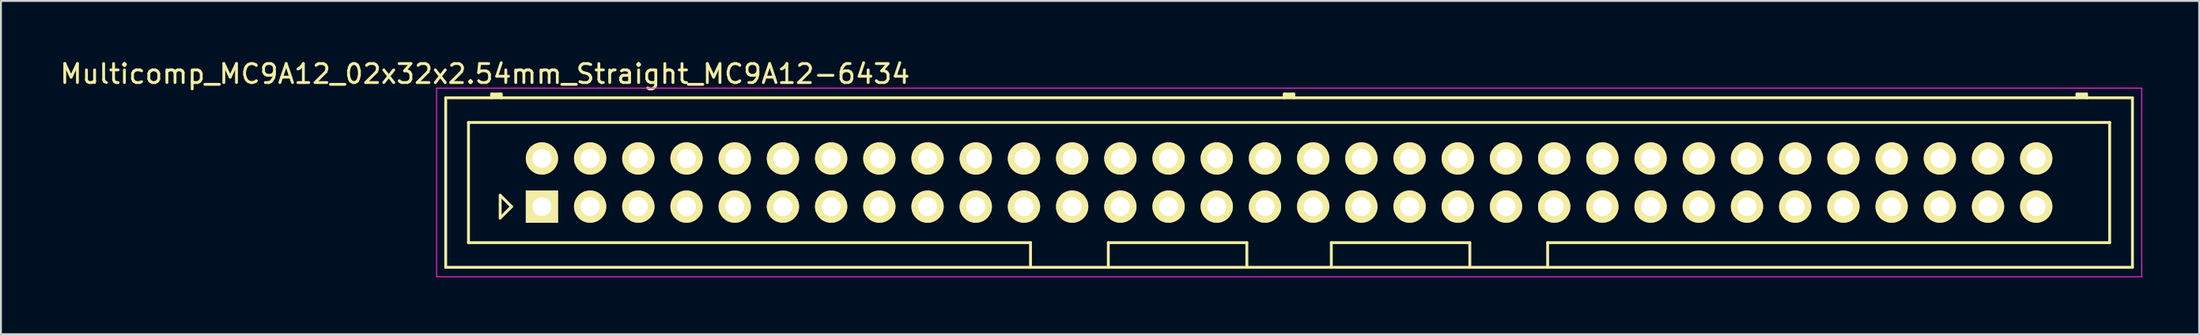
<source format=kicad_pcb>
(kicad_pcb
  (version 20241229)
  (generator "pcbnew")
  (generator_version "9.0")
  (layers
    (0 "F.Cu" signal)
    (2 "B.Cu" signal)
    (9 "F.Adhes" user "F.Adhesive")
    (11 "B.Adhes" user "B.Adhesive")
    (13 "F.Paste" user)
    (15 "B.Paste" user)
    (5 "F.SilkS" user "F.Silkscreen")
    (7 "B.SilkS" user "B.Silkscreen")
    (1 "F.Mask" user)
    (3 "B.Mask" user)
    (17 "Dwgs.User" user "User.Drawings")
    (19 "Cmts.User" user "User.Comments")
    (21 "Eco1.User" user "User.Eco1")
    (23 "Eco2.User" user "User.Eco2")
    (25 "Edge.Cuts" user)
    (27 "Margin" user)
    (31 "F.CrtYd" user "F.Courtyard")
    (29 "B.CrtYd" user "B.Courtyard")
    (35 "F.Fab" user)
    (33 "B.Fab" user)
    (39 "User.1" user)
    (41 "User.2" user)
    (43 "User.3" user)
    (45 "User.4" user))
  (footprint "Multicomp_MC9A12_02x32x2.54mm_Straight_MC9A12-6434"
    (layer "F.Cu")
    (at 25.506 7.848)
    (property "Reference" "Multicomp_MC9A12_02x32x2.54mm_Straight_MC9A12-6434" (at -3 -7 0) (layer "F.SilkS") (effects (font (size 1 1) (thickness 0.15))))
    (attr through_hole)
    (fp_line (start -5.07 -5.74) (end 83.81 -5.74) (stroke (width 0.15) (type solid)) (layer "F.SilkS"))
    (fp_line (start -5.07 3.2) (end -5.07 -5.74) (stroke (width 0.15) (type solid)) (layer "F.SilkS"))
    (fp_line (start -3.87 -4.44) (end 82.61 -4.44) (stroke (width 0.15) (type solid)) (layer "F.SilkS"))
    (fp_line (start -3.87 1.9) (end -3.87 -4.44) (stroke (width 0.15) (type solid)) (layer "F.SilkS"))
    (fp_line (start -2.65 -5.94) (end -2.15 -5.94) (stroke (width 0.15) (type solid)) (layer "F.SilkS"))
    (fp_line (start -2.65 -5.84) (end -2.15 -5.84) (stroke (width 0.15) (type solid)) (layer "F.SilkS"))
    (fp_line (start -2.65 -5.74) (end -2.65 -5.94) (stroke (width 0.15) (type solid)) (layer "F.SilkS"))
    (fp_line (start -2.2 -0.6) (end -1.6 0) (stroke (width 0.15) (type solid)) (layer "F.SilkS"))
    (fp_line (start -2.2 0.6) (end -2.2 -0.6) (stroke (width 0.15) (type solid)) (layer "F.SilkS"))
    (fp_line (start -2.15 -5.94) (end -2.15 -5.74) (stroke (width 0.15) (type solid)) (layer "F.SilkS"))
    (fp_line (start -1.6 0) (end -2.2 0.6) (stroke (width 0.15) (type solid)) (layer "F.SilkS"))
    (fp_line (start 25.745 1.9) (end -3.87 1.9) (stroke (width 0.15) (type solid)) (layer "F.SilkS"))
    (fp_line (start 25.745 3.2) (end 25.745 1.9) (stroke (width 0.15) (type solid)) (layer "F.SilkS"))
    (fp_line (start 29.845 1.9) (end 37.145 1.9) (stroke (width 0.15) (type solid)) (layer "F.SilkS"))
    (fp_line (start 29.845 3.2) (end 29.845 1.9) (stroke (width 0.15) (type solid)) (layer "F.SilkS"))
    (fp_line (start 37.145 1.9) (end 37.145 3.2) (stroke (width 0.15) (type solid)) (layer "F.SilkS"))
    (fp_line (start 39.12 -5.94) (end 39.62 -5.94) (stroke (width 0.15) (type solid)) (layer "F.SilkS"))
    (fp_line (start 39.12 -5.84) (end 39.62 -5.84) (stroke (width 0.15) (type solid)) (layer "F.SilkS"))
    (fp_line (start 39.12 -5.74) (end 39.12 -5.94) (stroke (width 0.15) (type solid)) (layer "F.SilkS"))
    (fp_line (start 39.62 -5.94) (end 39.62 -5.74) (stroke (width 0.15) (type solid)) (layer "F.SilkS"))
    (fp_line (start 41.595 1.9) (end 41.595 3.2) (stroke (width 0.15) (type solid)) (layer "F.SilkS"))
    (fp_line (start 48.895 1.9) (end 41.595 1.9) (stroke (width 0.15) (type solid)) (layer "F.SilkS"))
    (fp_line (start 48.895 3.2) (end 48.895 1.9) (stroke (width 0.15) (type solid)) (layer "F.SilkS"))
    (fp_line (start 52.995 1.9) (end 52.995 3.2) (stroke (width 0.15) (type solid)) (layer "F.SilkS"))
    (fp_line (start 80.89 -5.94) (end 81.39 -5.94) (stroke (width 0.15) (type solid)) (layer "F.SilkS"))
    (fp_line (start 80.89 -5.84) (end 81.39 -5.84) (stroke (width 0.15) (type solid)) (layer "F.SilkS"))
    (fp_line (start 80.89 -5.74) (end 80.89 -5.94) (stroke (width 0.15) (type solid)) (layer "F.SilkS"))
    (fp_line (start 81.39 -5.94) (end 81.39 -5.74) (stroke (width 0.15) (type solid)) (layer "F.SilkS"))
    (fp_line (start 82.61 -4.44) (end 82.61 1.9) (stroke (width 0.15) (type solid)) (layer "F.SilkS"))
    (fp_line (start 82.61 1.9) (end 52.995 1.9) (stroke (width 0.15) (type solid)) (layer "F.SilkS"))
    (fp_line (start 83.81 -5.74) (end 83.81 3.2) (stroke (width 0.15) (type solid)) (layer "F.SilkS"))
    (fp_line (start 83.81 3.2) (end -5.07 3.2) (stroke (width 0.15) (type solid)) (layer "F.SilkS"))
    (fp_line (start -5.55 -6.25) (end 84.3 -6.25) (stroke (width 0.05) (type solid)) (layer "F.CrtYd"))
    (fp_line (start -5.55 3.7) (end -5.55 -6.25) (stroke (width 0.05) (type solid)) (layer "F.CrtYd"))
    (fp_line (start 84.3 -6.25) (end 84.3 3.7) (stroke (width 0.05) (type solid)) (layer "F.CrtYd"))
    (fp_line (start 84.3 3.7) (end -5.55 3.7) (stroke (width 0.05) (type solid)) (layer "F.CrtYd"))
    (pad "1" thru_hole rect (at 0 0) (size 1.7 1.7) (drill 1) (layers "*.Cu" "*.Mask" "F.SilkS"))
    (pad "2" thru_hole circle (at 0 -2.54) (size 1.7 1.7) (drill 1) (layers "*.Cu" "*.Mask" "F.SilkS"))
    (pad "3" thru_hole circle (at 2.54 0) (size 1.7 1.7) (drill 1) (layers "*.Cu" "*.Mask" "F.SilkS"))
    (pad "4" thru_hole circle (at 2.54 -2.54) (size 1.7 1.7) (drill 1) (layers "*.Cu" "*.Mask" "F.SilkS"))
    (pad "5" thru_hole circle (at 5.08 0) (size 1.7 1.7) (drill 1) (layers "*.Cu" "*.Mask" "F.SilkS"))
    (pad "6" thru_hole circle (at 5.08 -2.54) (size 1.7 1.7) (drill 1) (layers "*.Cu" "*.Mask" "F.SilkS"))
    (pad "7" thru_hole circle (at 7.62 0) (size 1.7 1.7) (drill 1) (layers "*.Cu" "*.Mask" "F.SilkS"))
    (pad "8" thru_hole circle (at 7.62 -2.54) (size 1.7 1.7) (drill 1) (layers "*.Cu" "*.Mask" "F.SilkS"))
    (pad "9" thru_hole circle (at 10.16 0) (size 1.7 1.7) (drill 1) (layers "*.Cu" "*.Mask" "F.SilkS"))
    (pad "10" thru_hole circle (at 10.16 -2.54) (size 1.7 1.7) (drill 1) (layers "*.Cu" "*.Mask" "F.SilkS"))
    (pad "11" thru_hole circle (at 12.7 0) (size 1.7 1.7) (drill 1) (layers "*.Cu" "*.Mask" "F.SilkS"))
    (pad "12" thru_hole circle (at 12.7 -2.54) (size 1.7 1.7) (drill 1) (layers "*.Cu" "*.Mask" "F.SilkS"))
    (pad "13" thru_hole circle (at 15.24 0) (size 1.7 1.7) (drill 1) (layers "*.Cu" "*.Mask" "F.SilkS"))
    (pad "14" thru_hole circle (at 15.24 -2.54) (size 1.7 1.7) (drill 1) (layers "*.Cu" "*.Mask" "F.SilkS"))
    (pad "15" thru_hole circle (at 17.78 0) (size 1.7 1.7) (drill 1) (layers "*.Cu" "*.Mask" "F.SilkS"))
    (pad "16" thru_hole circle (at 17.78 -2.54) (size 1.7 1.7) (drill 1) (layers "*.Cu" "*.Mask" "F.SilkS"))
    (pad "17" thru_hole circle (at 20.32 0) (size 1.7 1.7) (drill 1) (layers "*.Cu" "*.Mask" "F.SilkS"))
    (pad "18" thru_hole circle (at 20.32 -2.54) (size 1.7 1.7) (drill 1) (layers "*.Cu" "*.Mask" "F.SilkS"))
    (pad "19" thru_hole circle (at 22.86 0) (size 1.7 1.7) (drill 1) (layers "*.Cu" "*.Mask" "F.SilkS"))
    (pad "20" thru_hole circle (at 22.86 -2.54) (size 1.7 1.7) (drill 1) (layers "*.Cu" "*.Mask" "F.SilkS"))
    (pad "21" thru_hole circle (at 25.4 0) (size 1.7 1.7) (drill 1) (layers "*.Cu" "*.Mask" "F.SilkS"))
    (pad "22" thru_hole circle (at 25.4 -2.54) (size 1.7 1.7) (drill 1) (layers "*.Cu" "*.Mask" "F.SilkS"))
    (pad "23" thru_hole circle (at 27.94 0) (size 1.7 1.7) (drill 1) (layers "*.Cu" "*.Mask" "F.SilkS"))
    (pad "24" thru_hole circle (at 27.94 -2.54) (size 1.7 1.7) (drill 1) (layers "*.Cu" "*.Mask" "F.SilkS"))
    (pad "25" thru_hole circle (at 30.48 0) (size 1.7 1.7) (drill 1) (layers "*.Cu" "*.Mask" "F.SilkS"))
    (pad "26" thru_hole circle (at 30.48 -2.54) (size 1.7 1.7) (drill 1) (layers "*.Cu" "*.Mask" "F.SilkS"))
    (pad "27" thru_hole circle (at 33.02 0) (size 1.7 1.7) (drill 1) (layers "*.Cu" "*.Mask" "F.SilkS"))
    (pad "28" thru_hole circle (at 33.02 -2.54) (size 1.7 1.7) (drill 1) (layers "*.Cu" "*.Mask" "F.SilkS"))
    (pad "29" thru_hole circle (at 35.56 0) (size 1.7 1.7) (drill 1) (layers "*.Cu" "*.Mask" "F.SilkS"))
    (pad "30" thru_hole circle (at 35.56 -2.54) (size 1.7 1.7) (drill 1) (layers "*.Cu" "*.Mask" "F.SilkS"))
    (pad "31" thru_hole circle (at 38.1 0) (size 1.7 1.7) (drill 1) (layers "*.Cu" "*.Mask" "F.SilkS"))
    (pad "32" thru_hole circle (at 38.1 -2.54) (size 1.7 1.7) (drill 1) (layers "*.Cu" "*.Mask" "F.SilkS"))
    (pad "33" thru_hole circle (at 40.64 0) (size 1.7 1.7) (drill 1) (layers "*.Cu" "*.Mask" "F.SilkS"))
    (pad "34" thru_hole circle (at 40.64 -2.54) (size 1.7 1.7) (drill 1) (layers "*.Cu" "*.Mask" "F.SilkS"))
    (pad "35" thru_hole circle (at 43.18 0) (size 1.7 1.7) (drill 1) (layers "*.Cu" "*.Mask" "F.SilkS"))
    (pad "36" thru_hole circle (at 43.18 -2.54) (size 1.7 1.7) (drill 1) (layers "*.Cu" "*.Mask" "F.SilkS"))
    (pad "37" thru_hole circle (at 45.72 0) (size 1.7 1.7) (drill 1) (layers "*.Cu" "*.Mask" "F.SilkS"))
    (pad "38" thru_hole circle (at 45.72 -2.54) (size 1.7 1.7) (drill 1) (layers "*.Cu" "*.Mask" "F.SilkS"))
    (pad "39" thru_hole circle (at 48.26 0) (size 1.7 1.7) (drill 1) (layers "*.Cu" "*.Mask" "F.SilkS"))
    (pad "40" thru_hole circle (at 48.26 -2.54) (size 1.7 1.7) (drill 1) (layers "*.Cu" "*.Mask" "F.SilkS"))
    (pad "41" thru_hole circle (at 50.8 0) (size 1.7 1.7) (drill 1) (layers "*.Cu" "*.Mask" "F.SilkS"))
    (pad "42" thru_hole circle (at 50.8 -2.54) (size 1.7 1.7) (drill 1) (layers "*.Cu" "*.Mask" "F.SilkS"))
    (pad "43" thru_hole circle (at 53.34 0) (size 1.7 1.7) (drill 1) (layers "*.Cu" "*.Mask" "F.SilkS"))
    (pad "44" thru_hole circle (at 53.34 -2.54) (size 1.7 1.7) (drill 1) (layers "*.Cu" "*.Mask" "F.SilkS"))
    (pad "45" thru_hole circle (at 55.88 0) (size 1.7 1.7) (drill 1) (layers "*.Cu" "*.Mask" "F.SilkS"))
    (pad "46" thru_hole circle (at 55.88 -2.54) (size 1.7 1.7) (drill 1) (layers "*.Cu" "*.Mask" "F.SilkS"))
    (pad "47" thru_hole circle (at 58.42 0) (size 1.7 1.7) (drill 1) (layers "*.Cu" "*.Mask" "F.SilkS"))
    (pad "48" thru_hole circle (at 58.42 -2.54) (size 1.7 1.7) (drill 1) (layers "*.Cu" "*.Mask" "F.SilkS"))
    (pad "49" thru_hole circle (at 60.96 0) (size 1.7 1.7) (drill 1) (layers "*.Cu" "*.Mask" "F.SilkS"))
    (pad "50" thru_hole circle (at 60.96 -2.54) (size 1.7 1.7) (drill 1) (layers "*.Cu" "*.Mask" "F.SilkS"))
    (pad "51" thru_hole circle (at 63.5 0) (size 1.7 1.7) (drill 1) (layers "*.Cu" "*.Mask" "F.SilkS"))
    (pad "52" thru_hole circle (at 63.5 -2.54) (size 1.7 1.7) (drill 1) (layers "*.Cu" "*.Mask" "F.SilkS"))
    (pad "53" thru_hole circle (at 66.04 0) (size 1.7 1.7) (drill 1) (layers "*.Cu" "*.Mask" "F.SilkS"))
    (pad "54" thru_hole circle (at 66.04 -2.54) (size 1.7 1.7) (drill 1) (layers "*.Cu" "*.Mask" "F.SilkS"))
    (pad "55" thru_hole circle (at 68.58 0) (size 1.7 1.7) (drill 1) (layers "*.Cu" "*.Mask" "F.SilkS"))
    (pad "56" thru_hole circle (at 68.58 -2.54) (size 1.7 1.7) (drill 1) (layers "*.Cu" "*.Mask" "F.SilkS"))
    (pad "57" thru_hole circle (at 71.12 0) (size 1.7 1.7) (drill 1) (layers "*.Cu" "*.Mask" "F.SilkS"))
    (pad "58" thru_hole circle (at 71.12 -2.54) (size 1.7 1.7) (drill 1) (layers "*.Cu" "*.Mask" "F.SilkS"))
    (pad "59" thru_hole circle (at 73.66 0) (size 1.7 1.7) (drill 1) (layers "*.Cu" "*.Mask" "F.SilkS"))
    (pad "60" thru_hole circle (at 73.66 -2.54) (size 1.7 1.7) (drill 1) (layers "*.Cu" "*.Mask" "F.SilkS"))
    (pad "61" thru_hole circle (at 76.2 0) (size 1.7 1.7) (drill 1) (layers "*.Cu" "*.Mask" "F.SilkS"))
    (pad "62" thru_hole circle (at 76.2 -2.54) (size 1.7 1.7) (drill 1) (layers "*.Cu" "*.Mask" "F.SilkS"))
    (pad "63" thru_hole circle (at 78.74 0) (size 1.7 1.7) (drill 1) (layers "*.Cu" "*.Mask" "F.SilkS"))
    (pad "64" thru_hole circle (at 78.74 -2.54) (size 1.7 1.7) (drill 1) (layers "*.Cu" "*.Mask" "F.SilkS")))
  (gr_rect
    (start -3 -3)
    (end 112.831 14.573)
    (stroke (width 0.1) (type default))
    (fill no)
    (layer "Edge.Cuts")))
</source>
